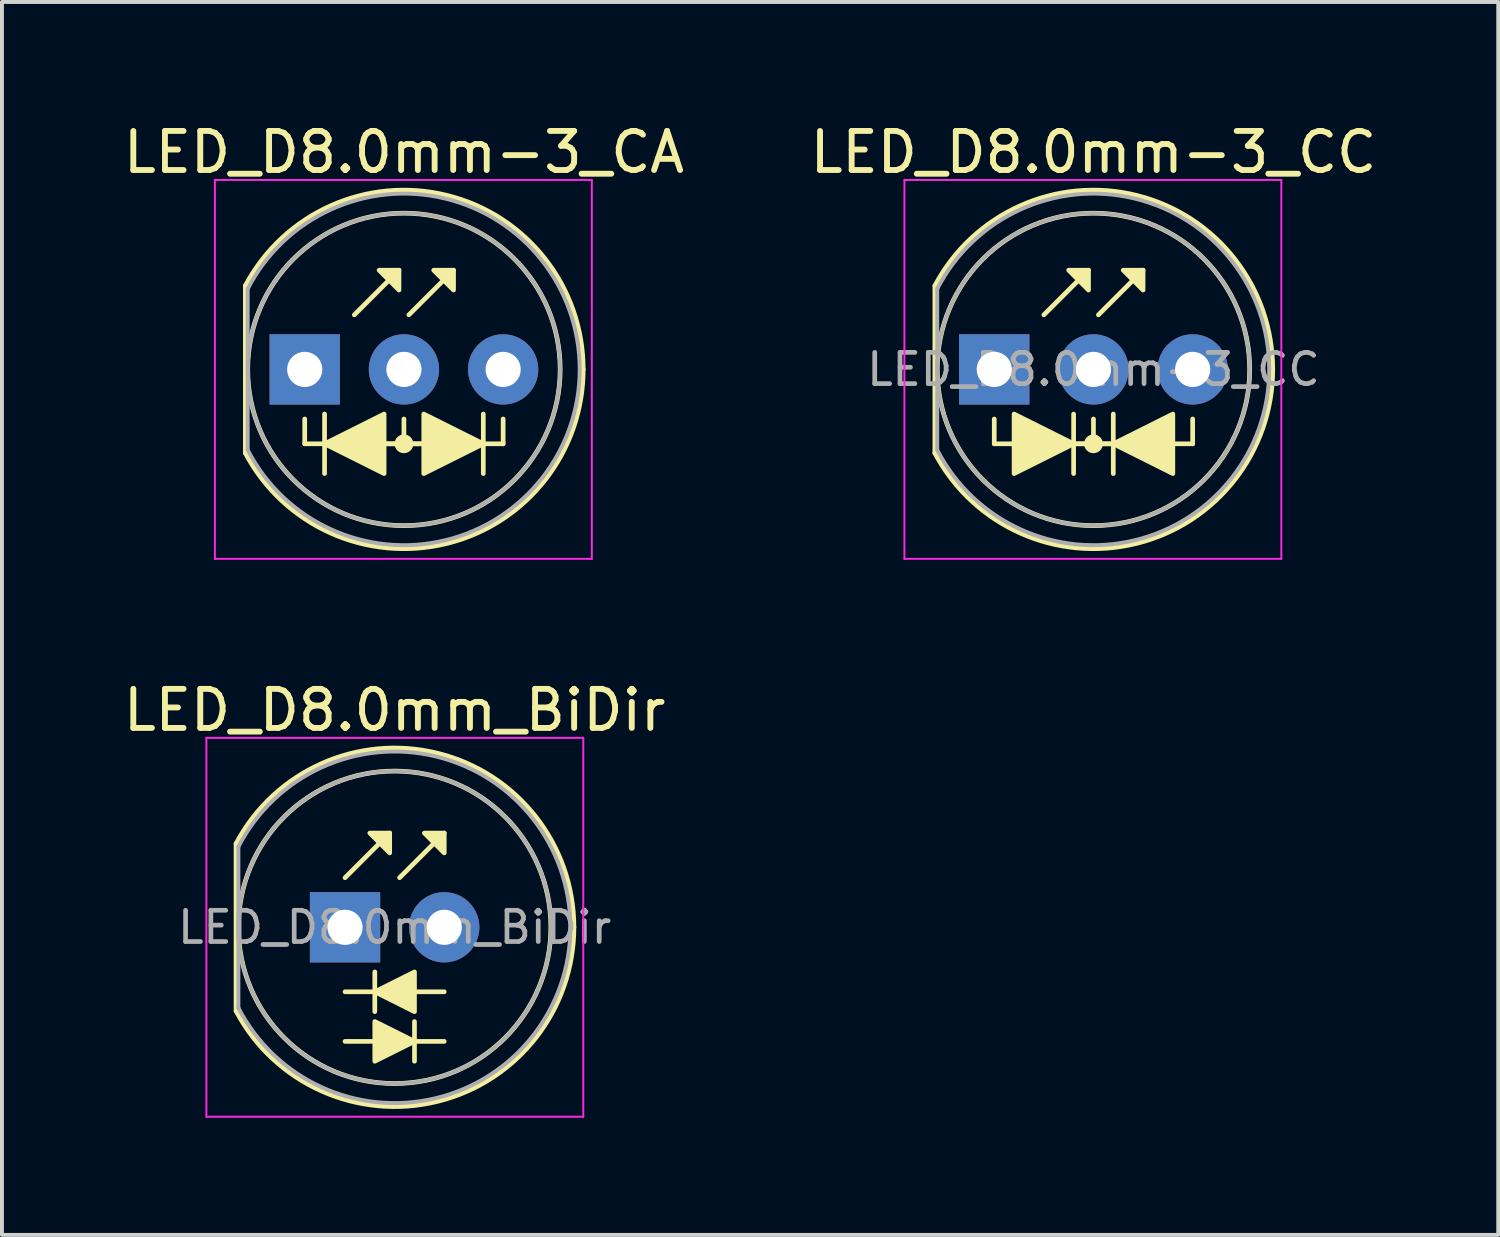
<source format=kicad_pcb>
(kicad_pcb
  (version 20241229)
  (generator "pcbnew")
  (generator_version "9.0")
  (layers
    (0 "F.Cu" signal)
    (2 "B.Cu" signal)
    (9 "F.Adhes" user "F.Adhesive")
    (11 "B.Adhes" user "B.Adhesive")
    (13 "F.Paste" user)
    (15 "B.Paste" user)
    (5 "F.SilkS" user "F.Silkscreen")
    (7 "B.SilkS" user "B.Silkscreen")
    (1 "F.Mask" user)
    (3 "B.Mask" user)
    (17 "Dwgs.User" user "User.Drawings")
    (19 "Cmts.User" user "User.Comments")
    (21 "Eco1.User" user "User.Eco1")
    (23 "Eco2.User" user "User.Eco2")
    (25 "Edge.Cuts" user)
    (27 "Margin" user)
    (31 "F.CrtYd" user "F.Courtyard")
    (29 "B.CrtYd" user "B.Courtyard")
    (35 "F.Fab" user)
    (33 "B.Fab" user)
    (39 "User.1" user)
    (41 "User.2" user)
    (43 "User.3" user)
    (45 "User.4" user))
  (footprint "LED_D8.0mm-3_CA"
    (layer "F.Cu")
    (at 4.752 6.408)
    (property "Reference" "LED_D8.0mm-3_CA" (at 2.54 -5.56 0) (layer "F.SilkS") (effects (font (size 1 1) (thickness 0.15))))
    (fp_line (start -1.52 -2.142) (end -1.52 2.142) (stroke (width 0.12) (type solid)) (layer "F.SilkS"))
    (fp_line (start 0 1.905) (end 0 1.27) (stroke (width 0.12) (type solid)) (layer "F.SilkS"))
    (fp_line (start 0.508 1.143) (end 0.508 2.667) (stroke (width 0.12) (type solid)) (layer "F.SilkS"))
    (fp_line (start 0.508 1.905) (end 0 1.905) (stroke (width 0.12) (type solid)) (layer "F.SilkS"))
    (fp_line (start 1.27 -1.397) (end 2.413 -2.54) (stroke (width 0.12) (type solid)) (layer "F.SilkS"))
    (fp_line (start 2.032 1.905) (end 3.048 1.905) (stroke (width 0.12) (type solid)) (layer "F.SilkS"))
    (fp_line (start 2.54 1.905) (end 2.54 1.27) (stroke (width 0.12) (type solid)) (layer "F.SilkS"))
    (fp_line (start 2.667 -1.397) (end 3.81 -2.54) (stroke (width 0.12) (type solid)) (layer "F.SilkS"))
    (fp_line (start 3.048 1.905) (end 2.032 1.905) (stroke (width 0.12) (type solid)) (layer "F.SilkS"))
    (fp_line (start 4.572 1.905) (end 5.08 1.905) (stroke (width 0.12) (type solid)) (layer "F.SilkS"))
    (fp_line (start 4.572 2.667) (end 4.572 1.143) (stroke (width 0.12) (type solid)) (layer "F.SilkS"))
    (fp_line (start 5.08 1.905) (end 5.08 1.27) (stroke (width 0.12) (type solid)) (layer "F.SilkS"))
    (fp_arc (start -1.52 -2.141145) (mid 3.643119 -4.455472) (end 7.13 0.000486) (stroke (width 0.12) (type solid)) (layer "F.SilkS"))
    (fp_arc (start 7.13 -0.000486) (mid 3.643119 4.455472) (end -1.52 2.141145) (stroke (width 0.12) (type solid)) (layer "F.SilkS"))
    (fp_circle (center 2.54 0) (end 6.54 0) (stroke (width 0.12) (type solid)) (fill no) (layer "F.SilkS"))
    (fp_circle (center 2.54 1.905) (end 2.72 1.905) (stroke (width 0.12) (type solid)) (fill yes) (layer "F.SilkS"))
    (fp_poly (pts (xy 2.032 2.667) (xy 0.508 1.905) (xy 2.032 1.143)) (stroke (width 0.12) (type solid)) (fill yes) (layer "F.SilkS"))
    (fp_poly (pts (xy 2.413 -2.032) (xy 1.905 -2.54) (xy 2.413 -2.54)) (stroke (width 0.12) (type solid)) (fill yes) (layer "F.SilkS"))
    (fp_poly (pts (xy 3.048 1.143) (xy 4.572 1.905) (xy 3.048 2.667)) (stroke (width 0.12) (type solid)) (fill yes) (layer "F.SilkS"))
    (fp_poly (pts (xy 3.81 -2.032) (xy 3.302 -2.54) (xy 3.81 -2.54)) (stroke (width 0.12) (type solid)) (fill yes) (layer "F.SilkS"))
    (fp_line (start -2.3 -4.85) (end -2.3 4.85) (stroke (width 0.05) (type solid)) (layer "F.CrtYd"))
    (fp_line (start -2.3 4.85) (end 7.35 4.85) (stroke (width 0.05) (type solid)) (layer "F.CrtYd"))
    (fp_line (start 7.35 -4.85) (end -2.3 -4.85) (stroke (width 0.05) (type solid)) (layer "F.CrtYd"))
    (fp_line (start 7.35 4.85) (end 7.35 -4.85) (stroke (width 0.05) (type solid)) (layer "F.CrtYd"))
    (fp_line (start -1.46 -2.062) (end -1.46 2.062) (stroke (width 0.1) (type solid)) (layer "F.Fab"))
    (fp_arc (start -1.46 -2.061553) (mid 7.04 0.00126) (end -1.461154 2.059312) (stroke (width 0.1) (type solid)) (layer "F.Fab"))
    (fp_circle (center 2.54 0) (end 6.54 0) (stroke (width 0.1) (type solid)) (fill no) (layer "F.Fab"))
    (pad "1" thru_hole rect (at 0 0) (size 1.8 1.8) (drill 0.9) (layers "*.Cu" "*.Mask"))
    (pad "2" thru_hole circle (at 2.54 0) (size 1.8 1.8) (drill 0.9) (layers "*.Cu" "*.Mask"))
    (pad "3" thru_hole circle (at 5.08 0) (size 1.8 1.8) (drill 0.9) (layers "*.Cu" "*.Mask")))
  (footprint "LED_D8.0mm-3_CC"
    (layer "F.Cu")
    (at 22.406 6.408)
    (property "Reference" "LED_D8.0mm-3_CC" (at 2.54 -5.56 0) (layer "F.SilkS") (effects (font (size 1 1) (thickness 0.15))))
    (fp_line (start -1.52 -2.142) (end -1.52 2.142) (stroke (width 0.12) (type solid)) (layer "F.SilkS"))
    (fp_line (start 0 1.905) (end 0 1.27) (stroke (width 0.12) (type solid)) (layer "F.SilkS"))
    (fp_line (start 0.508 1.905) (end 0 1.905) (stroke (width 0.12) (type solid)) (layer "F.SilkS"))
    (fp_line (start 1.27 -1.397) (end 2.413 -2.54) (stroke (width 0.12) (type solid)) (layer "F.SilkS"))
    (fp_line (start 2.032 1.905) (end 3.048 1.905) (stroke (width 0.12) (type solid)) (layer "F.SilkS"))
    (fp_line (start 2.032 2.667) (end 2.032 1.143) (stroke (width 0.12) (type solid)) (layer "F.SilkS"))
    (fp_line (start 2.54 1.905) (end 2.54 1.27) (stroke (width 0.12) (type solid)) (layer "F.SilkS"))
    (fp_line (start 2.667 -1.397) (end 3.81 -2.54) (stroke (width 0.12) (type solid)) (layer "F.SilkS"))
    (fp_line (start 3.048 1.143) (end 3.048 2.667) (stroke (width 0.12) (type solid)) (layer "F.SilkS"))
    (fp_line (start 3.048 1.905) (end 2.032 1.905) (stroke (width 0.12) (type solid)) (layer "F.SilkS"))
    (fp_line (start 4.572 1.905) (end 5.08 1.905) (stroke (width 0.12) (type solid)) (layer "F.SilkS"))
    (fp_line (start 5.08 1.905) (end 5.08 1.27) (stroke (width 0.12) (type solid)) (layer "F.SilkS"))
    (fp_arc (start -1.52 -2.141145) (mid 3.643119 -4.455472) (end 7.13 0.000486) (stroke (width 0.12) (type solid)) (layer "F.SilkS"))
    (fp_arc (start 7.13 -0.000486) (mid 3.643119 4.455472) (end -1.52 2.141145) (stroke (width 0.12) (type solid)) (layer "F.SilkS"))
    (fp_circle (center 2.54 0) (end 6.54 0) (stroke (width 0.12) (type solid)) (fill no) (layer "F.SilkS"))
    (fp_circle (center 2.54 1.905) (end 2.72 1.905) (stroke (width 0.12) (type solid)) (fill yes) (layer "F.SilkS"))
    (fp_poly (pts (xy 0.508 1.143) (xy 2.032 1.905) (xy 0.508 2.667)) (stroke (width 0.12) (type solid)) (fill yes) (layer "F.SilkS"))
    (fp_poly (pts (xy 2.413 -2.032) (xy 1.905 -2.54) (xy 2.413 -2.54)) (stroke (width 0.12) (type solid)) (fill yes) (layer "F.SilkS"))
    (fp_poly (pts (xy 3.81 -2.032) (xy 3.302 -2.54) (xy 3.81 -2.54)) (stroke (width 0.12) (type solid)) (fill yes) (layer "F.SilkS"))
    (fp_poly (pts (xy 4.572 2.667) (xy 3.048 1.905) (xy 4.572 1.143)) (stroke (width 0.12) (type solid)) (fill yes) (layer "F.SilkS"))
    (fp_line (start -2.3 -4.85) (end -2.3 4.85) (stroke (width 0.05) (type solid)) (layer "F.CrtYd"))
    (fp_line (start -2.3 4.85) (end 7.35 4.85) (stroke (width 0.05) (type solid)) (layer "F.CrtYd"))
    (fp_line (start 7.35 -4.85) (end -2.3 -4.85) (stroke (width 0.05) (type solid)) (layer "F.CrtYd"))
    (fp_line (start 7.35 4.85) (end 7.35 -4.85) (stroke (width 0.05) (type solid)) (layer "F.CrtYd"))
    (fp_line (start -1.46 -2.062) (end -1.46 2.062) (stroke (width 0.1) (type solid)) (layer "F.Fab"))
    (fp_arc (start -1.46 -2.061553) (mid 7.04 0.00126) (end -1.461154 2.059312) (stroke (width 0.1) (type solid)) (layer "F.Fab"))
    (fp_circle (center 2.54 0) (end 6.54 0) (stroke (width 0.1) (type solid)) (fill no) (layer "F.Fab"))
    (fp_text user "${REFERENCE}" (at 2.54 0 0) (layer "F.Fab") (effects (font (size 0.8 0.8) (thickness 0.12))))
    (pad "1" thru_hole rect (at 0 0) (size 1.8 1.8) (drill 0.9) (layers "*.Cu" "*.Mask"))
    (pad "2" thru_hole circle (at 2.54 0) (size 1.8 1.8) (drill 0.9) (layers "*.Cu" "*.Mask"))
    (pad "3" thru_hole circle (at 5.08 0) (size 1.8 1.8) (drill 0.9) (layers "*.Cu" "*.Mask")))
  (footprint "LED_D8.0mm_BiDir"
    (layer "F.Cu")
    (at 5.784 20.692)
    (property "Reference" "LED_D8.0mm_BiDir" (at 1.27 -5.56 0) (layer "F.SilkS") (effects (font (size 1 1) (thickness 0.15))))
    (fp_line (start -2.79 -2.142) (end -2.79 2.142) (stroke (width 0.12) (type solid)) (layer "F.SilkS"))
    (fp_line (start 0 -1.27) (end 1.143 -2.413) (stroke (width 0.12) (type solid)) (layer "F.SilkS"))
    (fp_line (start 0 1.651) (end 2.54 1.651) (stroke (width 0.12) (type default)) (layer "F.SilkS"))
    (fp_line (start 0.762 1.143) (end 0.762 2.159) (stroke (width 0.12) (type default)) (layer "F.SilkS"))
    (fp_line (start 1.397 -1.27) (end 2.54 -2.413) (stroke (width 0.12) (type solid)) (layer "F.SilkS"))
    (fp_line (start 1.778 3.429) (end 1.778 2.413) (stroke (width 0.12) (type default)) (layer "F.SilkS"))
    (fp_line (start 2.54 2.921) (end 0 2.921) (stroke (width 0.12) (type default)) (layer "F.SilkS"))
    (fp_arc (start -2.79 -2.141145) (mid 2.373119 -4.455472) (end 5.86 0.000486) (stroke (width 0.12) (type solid)) (layer "F.SilkS"))
    (fp_arc (start 5.86 -0.000486) (mid 2.373119 4.455472) (end -2.79 2.141145) (stroke (width 0.12) (type solid)) (layer "F.SilkS"))
    (fp_circle (center 1.27 0) (end 5.27 0) (stroke (width 0.12) (type solid)) (fill no) (layer "F.SilkS"))
    (fp_poly (pts (xy 0.762 2.413) (xy 1.778 2.921) (xy 0.762 3.429)) (stroke (width 0.12) (type solid)) (fill yes) (layer "F.SilkS"))
    (fp_poly (pts (xy 1.143 -1.905) (xy 0.635 -2.413) (xy 1.143 -2.413)) (stroke (width 0.12) (type solid)) (fill yes) (layer "F.SilkS"))
    (fp_poly (pts (xy 1.778 2.159) (xy 0.762 1.651) (xy 1.778 1.143)) (stroke (width 0.12) (type solid)) (fill yes) (layer "F.SilkS"))
    (fp_poly (pts (xy 2.54 -1.905) (xy 2.032 -2.413) (xy 2.54 -2.413)) (stroke (width 0.12) (type solid)) (fill yes) (layer "F.SilkS"))
    (fp_line (start -3.55 -4.85) (end -3.55 4.85) (stroke (width 0.05) (type solid)) (layer "F.CrtYd"))
    (fp_line (start -3.55 4.85) (end 6.1 4.85) (stroke (width 0.05) (type solid)) (layer "F.CrtYd"))
    (fp_line (start 6.1 -4.85) (end -3.55 -4.85) (stroke (width 0.05) (type solid)) (layer "F.CrtYd"))
    (fp_line (start 6.1 4.85) (end 6.1 -4.85) (stroke (width 0.05) (type solid)) (layer "F.CrtYd"))
    (fp_line (start -2.73 -2.062) (end -2.73 2.062) (stroke (width 0.1) (type solid)) (layer "F.Fab"))
    (fp_arc (start -2.73 -2.061553) (mid 5.77 0.00126) (end -2.731154 2.059312) (stroke (width 0.1) (type solid)) (layer "F.Fab"))
    (fp_circle (center 1.27 0) (end 5.27 0) (stroke (width 0.1) (type solid)) (fill no) (layer "F.Fab"))
    (fp_text user "${REFERENCE}" (at 1.27 0 0) (layer "F.Fab") (effects (font (size 0.8 0.8) (thickness 0.12))))
    (pad "1" thru_hole rect (at 0 0) (size 1.8 1.8) (drill 0.9) (layers "*.Cu" "*.Mask"))
    (pad "2" thru_hole circle (at 2.54 0) (size 1.8 1.8) (drill 0.9) (layers "*.Cu" "*.Mask")))
  (gr_rect
    (start -3 -3)
    (end 35.31 28.567)
    (stroke (width 0.1) (type default))
    (fill no)
    (layer "Edge.Cuts")))
</source>
